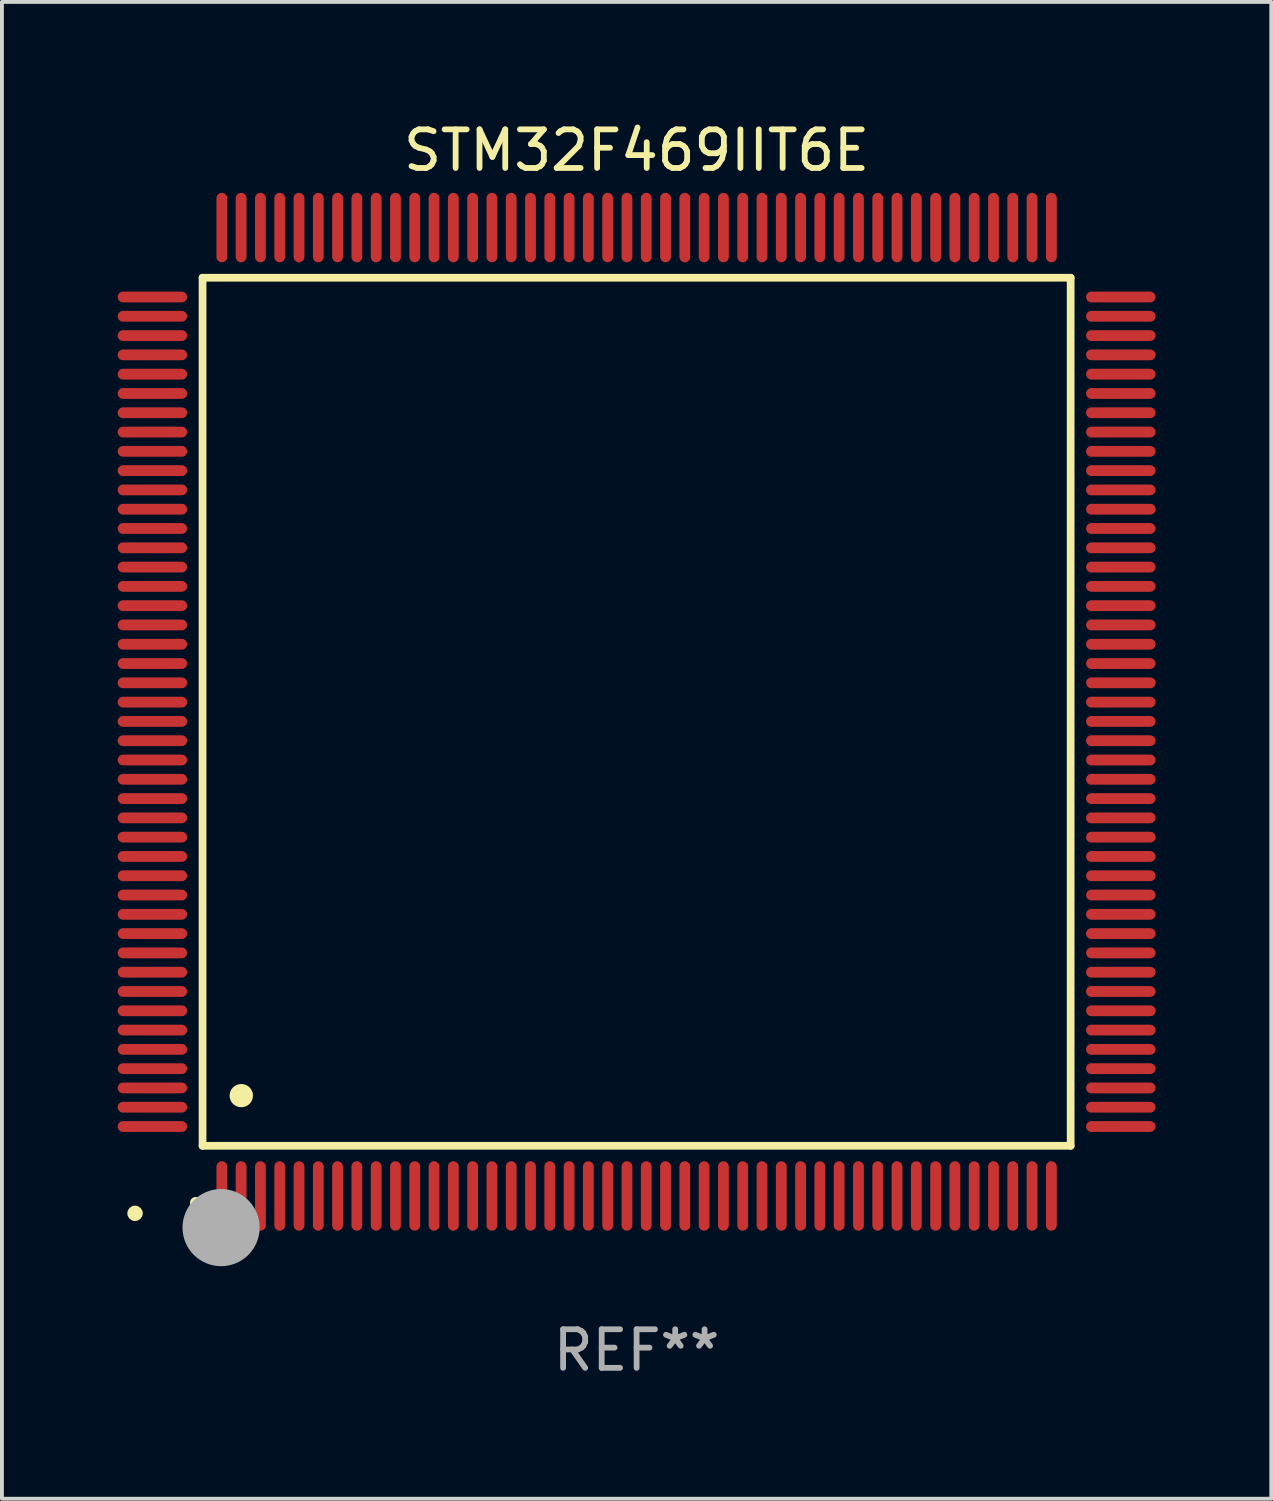
<source format=kicad_pcb>
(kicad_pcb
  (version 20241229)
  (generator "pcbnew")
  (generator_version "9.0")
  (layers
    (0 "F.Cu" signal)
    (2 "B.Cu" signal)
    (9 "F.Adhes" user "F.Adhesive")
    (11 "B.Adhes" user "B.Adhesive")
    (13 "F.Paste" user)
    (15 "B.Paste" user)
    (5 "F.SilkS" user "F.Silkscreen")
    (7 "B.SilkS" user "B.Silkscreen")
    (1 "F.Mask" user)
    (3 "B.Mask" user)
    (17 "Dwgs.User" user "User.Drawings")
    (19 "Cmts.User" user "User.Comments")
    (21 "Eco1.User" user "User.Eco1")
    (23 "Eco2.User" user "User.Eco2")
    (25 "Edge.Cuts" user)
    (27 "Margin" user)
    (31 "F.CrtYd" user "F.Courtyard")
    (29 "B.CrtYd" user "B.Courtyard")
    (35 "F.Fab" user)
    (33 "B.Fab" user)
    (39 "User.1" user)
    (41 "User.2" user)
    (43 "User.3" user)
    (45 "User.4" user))
  (footprint "STM32F469IIT6E"
    (layer "F.Cu")
    (at 13.45 15.398)
    (property "Reference" "STM32F469IIT6E" (at 0 -14.55 0) (layer "F.SilkS") (effects (font (size 1 1) (thickness 0.15))))
    (attr through_hole)
    (fp_line (start -11.25 -11.25) (end 11.25 -11.25) (stroke (width 0.2) (type solid)) (layer "F.SilkS"))
    (fp_line (start -11.25 11.25) (end -11.25 -11.25) (stroke (width 0.2) (type solid)) (layer "F.SilkS"))
    (fp_line (start 11.25 -11.25) (end 11.25 11.25) (stroke (width 0.2) (type solid)) (layer "F.SilkS"))
    (fp_line (start 11.25 11.25) (end -11.25 11.25) (stroke (width 0.2) (type solid)) (layer "F.SilkS"))
    (fp_arc (start -11.424943 12.725425) (mid -11.423673 12.72542) (end -11.422403 12.725425) (stroke (width 0.3) (type solid)) (layer "F.SilkS"))
    (fp_arc (start -10.24892 9.9492) (mid -10.24638 9.949189) (end -10.24384 9.9492) (stroke (width 0.6) (type solid)) (layer "F.SilkS"))
    (fp_circle (center -13 13) (end -12.9 13) (stroke (width 0.2) (type solid)) (fill no) (layer "F.SilkS"))
    (fp_circle (center -10.77 13.37) (end -10.27 13.37) (stroke (width 1) (type solid)) (fill no) (layer "F.Fab"))
    (fp_text user "REF**" (at 0 16.55 0) (layer "F.Fab") (effects (font (size 1 1) (thickness 0.15))))
    (pad "1" smd oval (at -10.75 12.55) (size 0.28 1.8) (layers "F.Cu" "F.Mask" "F.Paste"))
    (pad "2" smd oval (at -10.25 12.55) (size 0.28 1.8) (layers "F.Cu" "F.Mask" "F.Paste"))
    (pad "3" smd oval (at -9.75 12.55) (size 0.28 1.8) (layers "F.Cu" "F.Mask" "F.Paste"))
    (pad "4" smd oval (at -9.25 12.55) (size 0.28 1.8) (layers "F.Cu" "F.Mask" "F.Paste"))
    (pad "5" smd oval (at -8.75 12.55) (size 0.28 1.8) (layers "F.Cu" "F.Mask" "F.Paste"))
    (pad "6" smd oval (at -8.25 12.55) (size 0.28 1.8) (layers "F.Cu" "F.Mask" "F.Paste"))
    (pad "7" smd oval (at -7.75 12.55) (size 0.28 1.8) (layers "F.Cu" "F.Mask" "F.Paste"))
    (pad "8" smd oval (at -7.25 12.55) (size 0.28 1.8) (layers "F.Cu" "F.Mask" "F.Paste"))
    (pad "9" smd oval (at -6.75 12.55) (size 0.28 1.8) (layers "F.Cu" "F.Mask" "F.Paste"))
    (pad "10" smd oval (at -6.25 12.55) (size 0.28 1.8) (layers "F.Cu" "F.Mask" "F.Paste"))
    (pad "11" smd oval (at -5.75 12.55) (size 0.28 1.8) (layers "F.Cu" "F.Mask" "F.Paste"))
    (pad "12" smd oval (at -5.25 12.55) (size 0.28 1.8) (layers "F.Cu" "F.Mask" "F.Paste"))
    (pad "13" smd oval (at -4.75 12.55) (size 0.28 1.8) (layers "F.Cu" "F.Mask" "F.Paste"))
    (pad "14" smd oval (at -4.25 12.55) (size 0.28 1.8) (layers "F.Cu" "F.Mask" "F.Paste"))
    (pad "15" smd oval (at -3.75 12.55) (size 0.28 1.8) (layers "F.Cu" "F.Mask" "F.Paste"))
    (pad "16" smd oval (at -3.25 12.55) (size 0.28 1.8) (layers "F.Cu" "F.Mask" "F.Paste"))
    (pad "17" smd oval (at -2.75 12.55) (size 0.28 1.8) (layers "F.Cu" "F.Mask" "F.Paste"))
    (pad "18" smd oval (at -2.25 12.55) (size 0.28 1.8) (layers "F.Cu" "F.Mask" "F.Paste"))
    (pad "19" smd oval (at -1.75 12.55) (size 0.28 1.8) (layers "F.Cu" "F.Mask" "F.Paste"))
    (pad "20" smd oval (at -1.25 12.55) (size 0.28 1.8) (layers "F.Cu" "F.Mask" "F.Paste"))
    (pad "21" smd oval (at -0.75 12.55) (size 0.28 1.8) (layers "F.Cu" "F.Mask" "F.Paste"))
    (pad "22" smd oval (at -0.25 12.55) (size 0.28 1.8) (layers "F.Cu" "F.Mask" "F.Paste"))
    (pad "23" smd oval (at 0.25 12.55) (size 0.28 1.8) (layers "F.Cu" "F.Mask" "F.Paste"))
    (pad "24" smd oval (at 0.75 12.55) (size 0.28 1.8) (layers "F.Cu" "F.Mask" "F.Paste"))
    (pad "25" smd oval (at 1.25 12.55) (size 0.28 1.8) (layers "F.Cu" "F.Mask" "F.Paste"))
    (pad "26" smd oval (at 1.75 12.55) (size 0.28 1.8) (layers "F.Cu" "F.Mask" "F.Paste"))
    (pad "27" smd oval (at 2.25 12.55) (size 0.28 1.8) (layers "F.Cu" "F.Mask" "F.Paste"))
    (pad "28" smd oval (at 2.75 12.55) (size 0.28 1.8) (layers "F.Cu" "F.Mask" "F.Paste"))
    (pad "29" smd oval (at 3.25 12.55) (size 0.28 1.8) (layers "F.Cu" "F.Mask" "F.Paste"))
    (pad "30" smd oval (at 3.75 12.55) (size 0.28 1.8) (layers "F.Cu" "F.Mask" "F.Paste"))
    (pad "31" smd oval (at 4.25 12.55) (size 0.28 1.8) (layers "F.Cu" "F.Mask" "F.Paste"))
    (pad "32" smd oval (at 4.75 12.55) (size 0.28 1.8) (layers "F.Cu" "F.Mask" "F.Paste"))
    (pad "33" smd oval (at 5.25 12.55) (size 0.28 1.8) (layers "F.Cu" "F.Mask" "F.Paste"))
    (pad "34" smd oval (at 5.75 12.55) (size 0.28 1.8) (layers "F.Cu" "F.Mask" "F.Paste"))
    (pad "35" smd oval (at 6.25 12.55) (size 0.28 1.8) (layers "F.Cu" "F.Mask" "F.Paste"))
    (pad "36" smd oval (at 6.75 12.55) (size 0.28 1.8) (layers "F.Cu" "F.Mask" "F.Paste"))
    (pad "37" smd oval (at 7.25 12.55) (size 0.28 1.8) (layers "F.Cu" "F.Mask" "F.Paste"))
    (pad "38" smd oval (at 7.75 12.55) (size 0.28 1.8) (layers "F.Cu" "F.Mask" "F.Paste"))
    (pad "39" smd oval (at 8.25 12.55) (size 0.28 1.8) (layers "F.Cu" "F.Mask" "F.Paste"))
    (pad "40" smd oval (at 8.75 12.55) (size 0.28 1.8) (layers "F.Cu" "F.Mask" "F.Paste"))
    (pad "41" smd oval (at 9.25 12.55) (size 0.28 1.8) (layers "F.Cu" "F.Mask" "F.Paste"))
    (pad "42" smd oval (at 9.75 12.55) (size 0.28 1.8) (layers "F.Cu" "F.Mask" "F.Paste"))
    (pad "43" smd oval (at 10.25 12.55) (size 0.28 1.8) (layers "F.Cu" "F.Mask" "F.Paste"))
    (pad "44" smd oval (at 10.75 12.55) (size 0.28 1.8) (layers "F.Cu" "F.Mask" "F.Paste"))
    (pad "45" smd oval (at 12.55 10.75) (size 1.8 0.28) (layers "F.Cu" "F.Mask" "F.Paste"))
    (pad "46" smd oval (at 12.55 10.25) (size 1.8 0.28) (layers "F.Cu" "F.Mask" "F.Paste"))
    (pad "47" smd oval (at 12.55 9.75) (size 1.8 0.28) (layers "F.Cu" "F.Mask" "F.Paste"))
    (pad "48" smd oval (at 12.55 9.25) (size 1.8 0.28) (layers "F.Cu" "F.Mask" "F.Paste"))
    (pad "49" smd oval (at 12.55 8.75) (size 1.8 0.28) (layers "F.Cu" "F.Mask" "F.Paste"))
    (pad "50" smd oval (at 12.55 8.25) (size 1.8 0.28) (layers "F.Cu" "F.Mask" "F.Paste"))
    (pad "51" smd oval (at 12.55 7.75) (size 1.8 0.28) (layers "F.Cu" "F.Mask" "F.Paste"))
    (pad "52" smd oval (at 12.55 7.25) (size 1.8 0.28) (layers "F.Cu" "F.Mask" "F.Paste"))
    (pad "53" smd oval (at 12.55 6.75) (size 1.8 0.28) (layers "F.Cu" "F.Mask" "F.Paste"))
    (pad "54" smd oval (at 12.55 6.25) (size 1.8 0.28) (layers "F.Cu" "F.Mask" "F.Paste"))
    (pad "55" smd oval (at 12.55 5.75) (size 1.8 0.28) (layers "F.Cu" "F.Mask" "F.Paste"))
    (pad "56" smd oval (at 12.55 5.25) (size 1.8 0.28) (layers "F.Cu" "F.Mask" "F.Paste"))
    (pad "57" smd oval (at 12.55 4.75) (size 1.8 0.28) (layers "F.Cu" "F.Mask" "F.Paste"))
    (pad "58" smd oval (at 12.55 4.25) (size 1.8 0.28) (layers "F.Cu" "F.Mask" "F.Paste"))
    (pad "59" smd oval (at 12.55 3.75) (size 1.8 0.28) (layers "F.Cu" "F.Mask" "F.Paste"))
    (pad "60" smd oval (at 12.55 3.25) (size 1.8 0.28) (layers "F.Cu" "F.Mask" "F.Paste"))
    (pad "61" smd oval (at 12.55 2.75) (size 1.8 0.28) (layers "F.Cu" "F.Mask" "F.Paste"))
    (pad "62" smd oval (at 12.55 2.25) (size 1.8 0.28) (layers "F.Cu" "F.Mask" "F.Paste"))
    (pad "63" smd oval (at 12.55 1.75) (size 1.8 0.28) (layers "F.Cu" "F.Mask" "F.Paste"))
    (pad "64" smd oval (at 12.55 1.25) (size 1.8 0.28) (layers "F.Cu" "F.Mask" "F.Paste"))
    (pad "65" smd oval (at 12.55 0.75) (size 1.8 0.28) (layers "F.Cu" "F.Mask" "F.Paste"))
    (pad "66" smd oval (at 12.55 0.25) (size 1.8 0.28) (layers "F.Cu" "F.Mask" "F.Paste"))
    (pad "67" smd oval (at 12.55 -0.25) (size 1.8 0.28) (layers "F.Cu" "F.Mask" "F.Paste"))
    (pad "68" smd oval (at 12.55 -0.75) (size 1.8 0.28) (layers "F.Cu" "F.Mask" "F.Paste"))
    (pad "69" smd oval (at 12.55 -1.25) (size 1.8 0.28) (layers "F.Cu" "F.Mask" "F.Paste"))
    (pad "70" smd oval (at 12.55 -1.75) (size 1.8 0.28) (layers "F.Cu" "F.Mask" "F.Paste"))
    (pad "71" smd oval (at 12.55 -2.25) (size 1.8 0.28) (layers "F.Cu" "F.Mask" "F.Paste"))
    (pad "72" smd oval (at 12.55 -2.75) (size 1.8 0.28) (layers "F.Cu" "F.Mask" "F.Paste"))
    (pad "73" smd oval (at 12.55 -3.25) (size 1.8 0.28) (layers "F.Cu" "F.Mask" "F.Paste"))
    (pad "74" smd oval (at 12.55 -3.75) (size 1.8 0.28) (layers "F.Cu" "F.Mask" "F.Paste"))
    (pad "75" smd oval (at 12.55 -4.25) (size 1.8 0.28) (layers "F.Cu" "F.Mask" "F.Paste"))
    (pad "76" smd oval (at 12.55 -4.75) (size 1.8 0.28) (layers "F.Cu" "F.Mask" "F.Paste"))
    (pad "77" smd oval (at 12.55 -5.25) (size 1.8 0.28) (layers "F.Cu" "F.Mask" "F.Paste"))
    (pad "78" smd oval (at 12.55 -5.75) (size 1.8 0.28) (layers "F.Cu" "F.Mask" "F.Paste"))
    (pad "79" smd oval (at 12.55 -6.25) (size 1.8 0.28) (layers "F.Cu" "F.Mask" "F.Paste"))
    (pad "80" smd oval (at 12.55 -6.75) (size 1.8 0.28) (layers "F.Cu" "F.Mask" "F.Paste"))
    (pad "81" smd oval (at 12.55 -7.25) (size 1.8 0.28) (layers "F.Cu" "F.Mask" "F.Paste"))
    (pad "82" smd oval (at 12.55 -7.75) (size 1.8 0.28) (layers "F.Cu" "F.Mask" "F.Paste"))
    (pad "83" smd oval (at 12.55 -8.25) (size 1.8 0.28) (layers "F.Cu" "F.Mask" "F.Paste"))
    (pad "84" smd oval (at 12.55 -8.75) (size 1.8 0.28) (layers "F.Cu" "F.Mask" "F.Paste"))
    (pad "85" smd oval (at 12.55 -9.25) (size 1.8 0.28) (layers "F.Cu" "F.Mask" "F.Paste"))
    (pad "86" smd oval (at 12.55 -9.75) (size 1.8 0.28) (layers "F.Cu" "F.Mask" "F.Paste"))
    (pad "87" smd oval (at 12.55 -10.25) (size 1.8 0.28) (layers "F.Cu" "F.Mask" "F.Paste"))
    (pad "88" smd oval (at 12.55 -10.75) (size 1.8 0.28) (layers "F.Cu" "F.Mask" "F.Paste"))
    (pad "89" smd oval (at 10.75 -12.55) (size 0.28 1.8) (layers "F.Cu" "F.Mask" "F.Paste"))
    (pad "90" smd oval (at 10.25 -12.55) (size 0.28 1.8) (layers "F.Cu" "F.Mask" "F.Paste"))
    (pad "91" smd oval (at 9.75 -12.55) (size 0.28 1.8) (layers "F.Cu" "F.Mask" "F.Paste"))
    (pad "92" smd oval (at 9.25 -12.55) (size 0.28 1.8) (layers "F.Cu" "F.Mask" "F.Paste"))
    (pad "93" smd oval (at 8.75 -12.55) (size 0.28 1.8) (layers "F.Cu" "F.Mask" "F.Paste"))
    (pad "94" smd oval (at 8.25 -12.55) (size 0.28 1.8) (layers "F.Cu" "F.Mask" "F.Paste"))
    (pad "95" smd oval (at 7.75 -12.55) (size 0.28 1.8) (layers "F.Cu" "F.Mask" "F.Paste"))
    (pad "96" smd oval (at 7.25 -12.55) (size 0.28 1.8) (layers "F.Cu" "F.Mask" "F.Paste"))
    (pad "97" smd oval (at 6.75 -12.55) (size 0.28 1.8) (layers "F.Cu" "F.Mask" "F.Paste"))
    (pad "98" smd oval (at 6.25 -12.55) (size 0.28 1.8) (layers "F.Cu" "F.Mask" "F.Paste"))
    (pad "99" smd oval (at 5.75 -12.55) (size 0.28 1.8) (layers "F.Cu" "F.Mask" "F.Paste"))
    (pad "100" smd oval (at 5.25 -12.55) (size 0.28 1.8) (layers "F.Cu" "F.Mask" "F.Paste"))
    (pad "101" smd oval (at 4.75 -12.55) (size 0.28 1.8) (layers "F.Cu" "F.Mask" "F.Paste"))
    (pad "102" smd oval (at 4.25 -12.55) (size 0.28 1.8) (layers "F.Cu" "F.Mask" "F.Paste"))
    (pad "103" smd oval (at 3.75 -12.55) (size 0.28 1.8) (layers "F.Cu" "F.Mask" "F.Paste"))
    (pad "104" smd oval (at 3.25 -12.55) (size 0.28 1.8) (layers "F.Cu" "F.Mask" "F.Paste"))
    (pad "105" smd oval (at 2.75 -12.55) (size 0.28 1.8) (layers "F.Cu" "F.Mask" "F.Paste"))
    (pad "106" smd oval (at 2.25 -12.55) (size 0.28 1.8) (layers "F.Cu" "F.Mask" "F.Paste"))
    (pad "107" smd oval (at 1.75 -12.55) (size 0.28 1.8) (layers "F.Cu" "F.Mask" "F.Paste"))
    (pad "108" smd oval (at 1.25 -12.55) (size 0.28 1.8) (layers "F.Cu" "F.Mask" "F.Paste"))
    (pad "109" smd oval (at 0.75 -12.55) (size 0.28 1.8) (layers "F.Cu" "F.Mask" "F.Paste"))
    (pad "110" smd oval (at 0.25 -12.55) (size 0.28 1.8) (layers "F.Cu" "F.Mask" "F.Paste"))
    (pad "111" smd oval (at -0.25 -12.55) (size 0.28 1.8) (layers "F.Cu" "F.Mask" "F.Paste"))
    (pad "112" smd oval (at -0.75 -12.55) (size 0.28 1.8) (layers "F.Cu" "F.Mask" "F.Paste"))
    (pad "113" smd oval (at -1.25 -12.55) (size 0.28 1.8) (layers "F.Cu" "F.Mask" "F.Paste"))
    (pad "114" smd oval (at -1.75 -12.55) (size 0.28 1.8) (layers "F.Cu" "F.Mask" "F.Paste"))
    (pad "115" smd oval (at -2.25 -12.55) (size 0.28 1.8) (layers "F.Cu" "F.Mask" "F.Paste"))
    (pad "116" smd oval (at -2.75 -12.55) (size 0.28 1.8) (layers "F.Cu" "F.Mask" "F.Paste"))
    (pad "117" smd oval (at -3.25 -12.55) (size 0.28 1.8) (layers "F.Cu" "F.Mask" "F.Paste"))
    (pad "118" smd oval (at -3.75 -12.55) (size 0.28 1.8) (layers "F.Cu" "F.Mask" "F.Paste"))
    (pad "119" smd oval (at -4.25 -12.55) (size 0.28 1.8) (layers "F.Cu" "F.Mask" "F.Paste"))
    (pad "120" smd oval (at -4.75 -12.55) (size 0.28 1.8) (layers "F.Cu" "F.Mask" "F.Paste"))
    (pad "121" smd oval (at -5.25 -12.55) (size 0.28 1.8) (layers "F.Cu" "F.Mask" "F.Paste"))
    (pad "122" smd oval (at -5.75 -12.55) (size 0.28 1.8) (layers "F.Cu" "F.Mask" "F.Paste"))
    (pad "123" smd oval (at -6.25 -12.55) (size 0.28 1.8) (layers "F.Cu" "F.Mask" "F.Paste"))
    (pad "124" smd oval (at -6.75 -12.55) (size 0.28 1.8) (layers "F.Cu" "F.Mask" "F.Paste"))
    (pad "125" smd oval (at -7.25 -12.55) (size 0.28 1.8) (layers "F.Cu" "F.Mask" "F.Paste"))
    (pad "126" smd oval (at -7.75 -12.55) (size 0.28 1.8) (layers "F.Cu" "F.Mask" "F.Paste"))
    (pad "127" smd oval (at -8.25 -12.55) (size 0.28 1.8) (layers "F.Cu" "F.Mask" "F.Paste"))
    (pad "128" smd oval (at -8.75 -12.55) (size 0.28 1.8) (layers "F.Cu" "F.Mask" "F.Paste"))
    (pad "129" smd oval (at -9.25 -12.55) (size 0.28 1.8) (layers "F.Cu" "F.Mask" "F.Paste"))
    (pad "130" smd oval (at -9.75 -12.55) (size 0.28 1.8) (layers "F.Cu" "F.Mask" "F.Paste"))
    (pad "131" smd oval (at -10.25 -12.55) (size 0.28 1.8) (layers "F.Cu" "F.Mask" "F.Paste"))
    (pad "132" smd oval (at -10.75 -12.55) (size 0.28 1.8) (layers "F.Cu" "F.Mask" "F.Paste"))
    (pad "133" smd oval (at -12.55 -10.75) (size 1.8 0.28) (layers "F.Cu" "F.Mask" "F.Paste"))
    (pad "134" smd oval (at -12.55 -10.25) (size 1.8 0.28) (layers "F.Cu" "F.Mask" "F.Paste"))
    (pad "135" smd oval (at -12.55 -9.75) (size 1.8 0.28) (layers "F.Cu" "F.Mask" "F.Paste"))
    (pad "136" smd oval (at -12.55 -9.25) (size 1.8 0.28) (layers "F.Cu" "F.Mask" "F.Paste"))
    (pad "137" smd oval (at -12.55 -8.75) (size 1.8 0.28) (layers "F.Cu" "F.Mask" "F.Paste"))
    (pad "138" smd oval (at -12.55 -8.25) (size 1.8 0.28) (layers "F.Cu" "F.Mask" "F.Paste"))
    (pad "139" smd oval (at -12.55 -7.75) (size 1.8 0.28) (layers "F.Cu" "F.Mask" "F.Paste"))
    (pad "140" smd oval (at -12.55 -7.25) (size 1.8 0.28) (layers "F.Cu" "F.Mask" "F.Paste"))
    (pad "141" smd oval (at -12.55 -6.75) (size 1.8 0.28) (layers "F.Cu" "F.Mask" "F.Paste"))
    (pad "142" smd oval (at -12.55 -6.25) (size 1.8 0.28) (layers "F.Cu" "F.Mask" "F.Paste"))
    (pad "143" smd oval (at -12.55 -5.75) (size 1.8 0.28) (layers "F.Cu" "F.Mask" "F.Paste"))
    (pad "144" smd oval (at -12.55 -5.25) (size 1.8 0.28) (layers "F.Cu" "F.Mask" "F.Paste"))
    (pad "145" smd oval (at -12.55 -4.75) (size 1.8 0.28) (layers "F.Cu" "F.Mask" "F.Paste"))
    (pad "146" smd oval (at -12.55 -4.25) (size 1.8 0.28) (layers "F.Cu" "F.Mask" "F.Paste"))
    (pad "147" smd oval (at -12.55 -3.75) (size 1.8 0.28) (layers "F.Cu" "F.Mask" "F.Paste"))
    (pad "148" smd oval (at -12.55 -3.25) (size 1.8 0.28) (layers "F.Cu" "F.Mask" "F.Paste"))
    (pad "149" smd oval (at -12.55 -2.75) (size 1.8 0.28) (layers "F.Cu" "F.Mask" "F.Paste"))
    (pad "150" smd oval (at -12.55 -2.25) (size 1.8 0.28) (layers "F.Cu" "F.Mask" "F.Paste"))
    (pad "151" smd oval (at -12.55 -1.75) (size 1.8 0.28) (layers "F.Cu" "F.Mask" "F.Paste"))
    (pad "152" smd oval (at -12.55 -1.25) (size 1.8 0.28) (layers "F.Cu" "F.Mask" "F.Paste"))
    (pad "153" smd oval (at -12.55 -0.75) (size 1.8 0.28) (layers "F.Cu" "F.Mask" "F.Paste"))
    (pad "154" smd oval (at -12.55 -0.25) (size 1.8 0.28) (layers "F.Cu" "F.Mask" "F.Paste"))
    (pad "155" smd oval (at -12.55 0.25) (size 1.8 0.28) (layers "F.Cu" "F.Mask" "F.Paste"))
    (pad "156" smd oval (at -12.55 0.75) (size 1.8 0.28) (layers "F.Cu" "F.Mask" "F.Paste"))
    (pad "157" smd oval (at -12.55 1.25) (size 1.8 0.28) (layers "F.Cu" "F.Mask" "F.Paste"))
    (pad "158" smd oval (at -12.55 1.75) (size 1.8 0.28) (layers "F.Cu" "F.Mask" "F.Paste"))
    (pad "159" smd oval (at -12.55 2.25) (size 1.8 0.28) (layers "F.Cu" "F.Mask" "F.Paste"))
    (pad "160" smd oval (at -12.55 2.75) (size 1.8 0.28) (layers "F.Cu" "F.Mask" "F.Paste"))
    (pad "161" smd oval (at -12.55 3.25) (size 1.8 0.28) (layers "F.Cu" "F.Mask" "F.Paste"))
    (pad "162" smd oval (at -12.55 3.75) (size 1.8 0.28) (layers "F.Cu" "F.Mask" "F.Paste"))
    (pad "163" smd oval (at -12.55 4.25) (size 1.8 0.28) (layers "F.Cu" "F.Mask" "F.Paste"))
    (pad "164" smd oval (at -12.55 4.75) (size 1.8 0.28) (layers "F.Cu" "F.Mask" "F.Paste"))
    (pad "165" smd oval (at -12.55 5.25) (size 1.8 0.28) (layers "F.Cu" "F.Mask" "F.Paste"))
    (pad "166" smd oval (at -12.55 5.75) (size 1.8 0.28) (layers "F.Cu" "F.Mask" "F.Paste"))
    (pad "167" smd oval (at -12.55 6.25) (size 1.8 0.28) (layers "F.Cu" "F.Mask" "F.Paste"))
    (pad "168" smd oval (at -12.55 6.75) (size 1.8 0.28) (layers "F.Cu" "F.Mask" "F.Paste"))
    (pad "169" smd oval (at -12.55 7.25) (size 1.8 0.28) (layers "F.Cu" "F.Mask" "F.Paste"))
    (pad "170" smd oval (at -12.55 7.75) (size 1.8 0.28) (layers "F.Cu" "F.Mask" "F.Paste"))
    (pad "171" smd oval (at -12.55 8.25) (size 1.8 0.28) (layers "F.Cu" "F.Mask" "F.Paste"))
    (pad "172" smd oval (at -12.55 8.75) (size 1.8 0.28) (layers "F.Cu" "F.Mask" "F.Paste"))
    (pad "173" smd oval (at -12.55 9.25) (size 1.8 0.28) (layers "F.Cu" "F.Mask" "F.Paste"))
    (pad "174" smd oval (at -12.55 9.75) (size 1.8 0.28) (layers "F.Cu" "F.Mask" "F.Paste"))
    (pad "175" smd oval (at -12.55 10.25) (size 1.8 0.28) (layers "F.Cu" "F.Mask" "F.Paste"))
    (pad "176" smd oval (at -12.55 10.75) (size 1.8 0.28) (layers "F.Cu" "F.Mask" "F.Paste")))
  (gr_rect
    (start -3 -3)
    (end 29.9 35.796)
    (stroke (width 0.1) (type default))
    (fill no)
    (layer "Edge.Cuts")))
</source>
